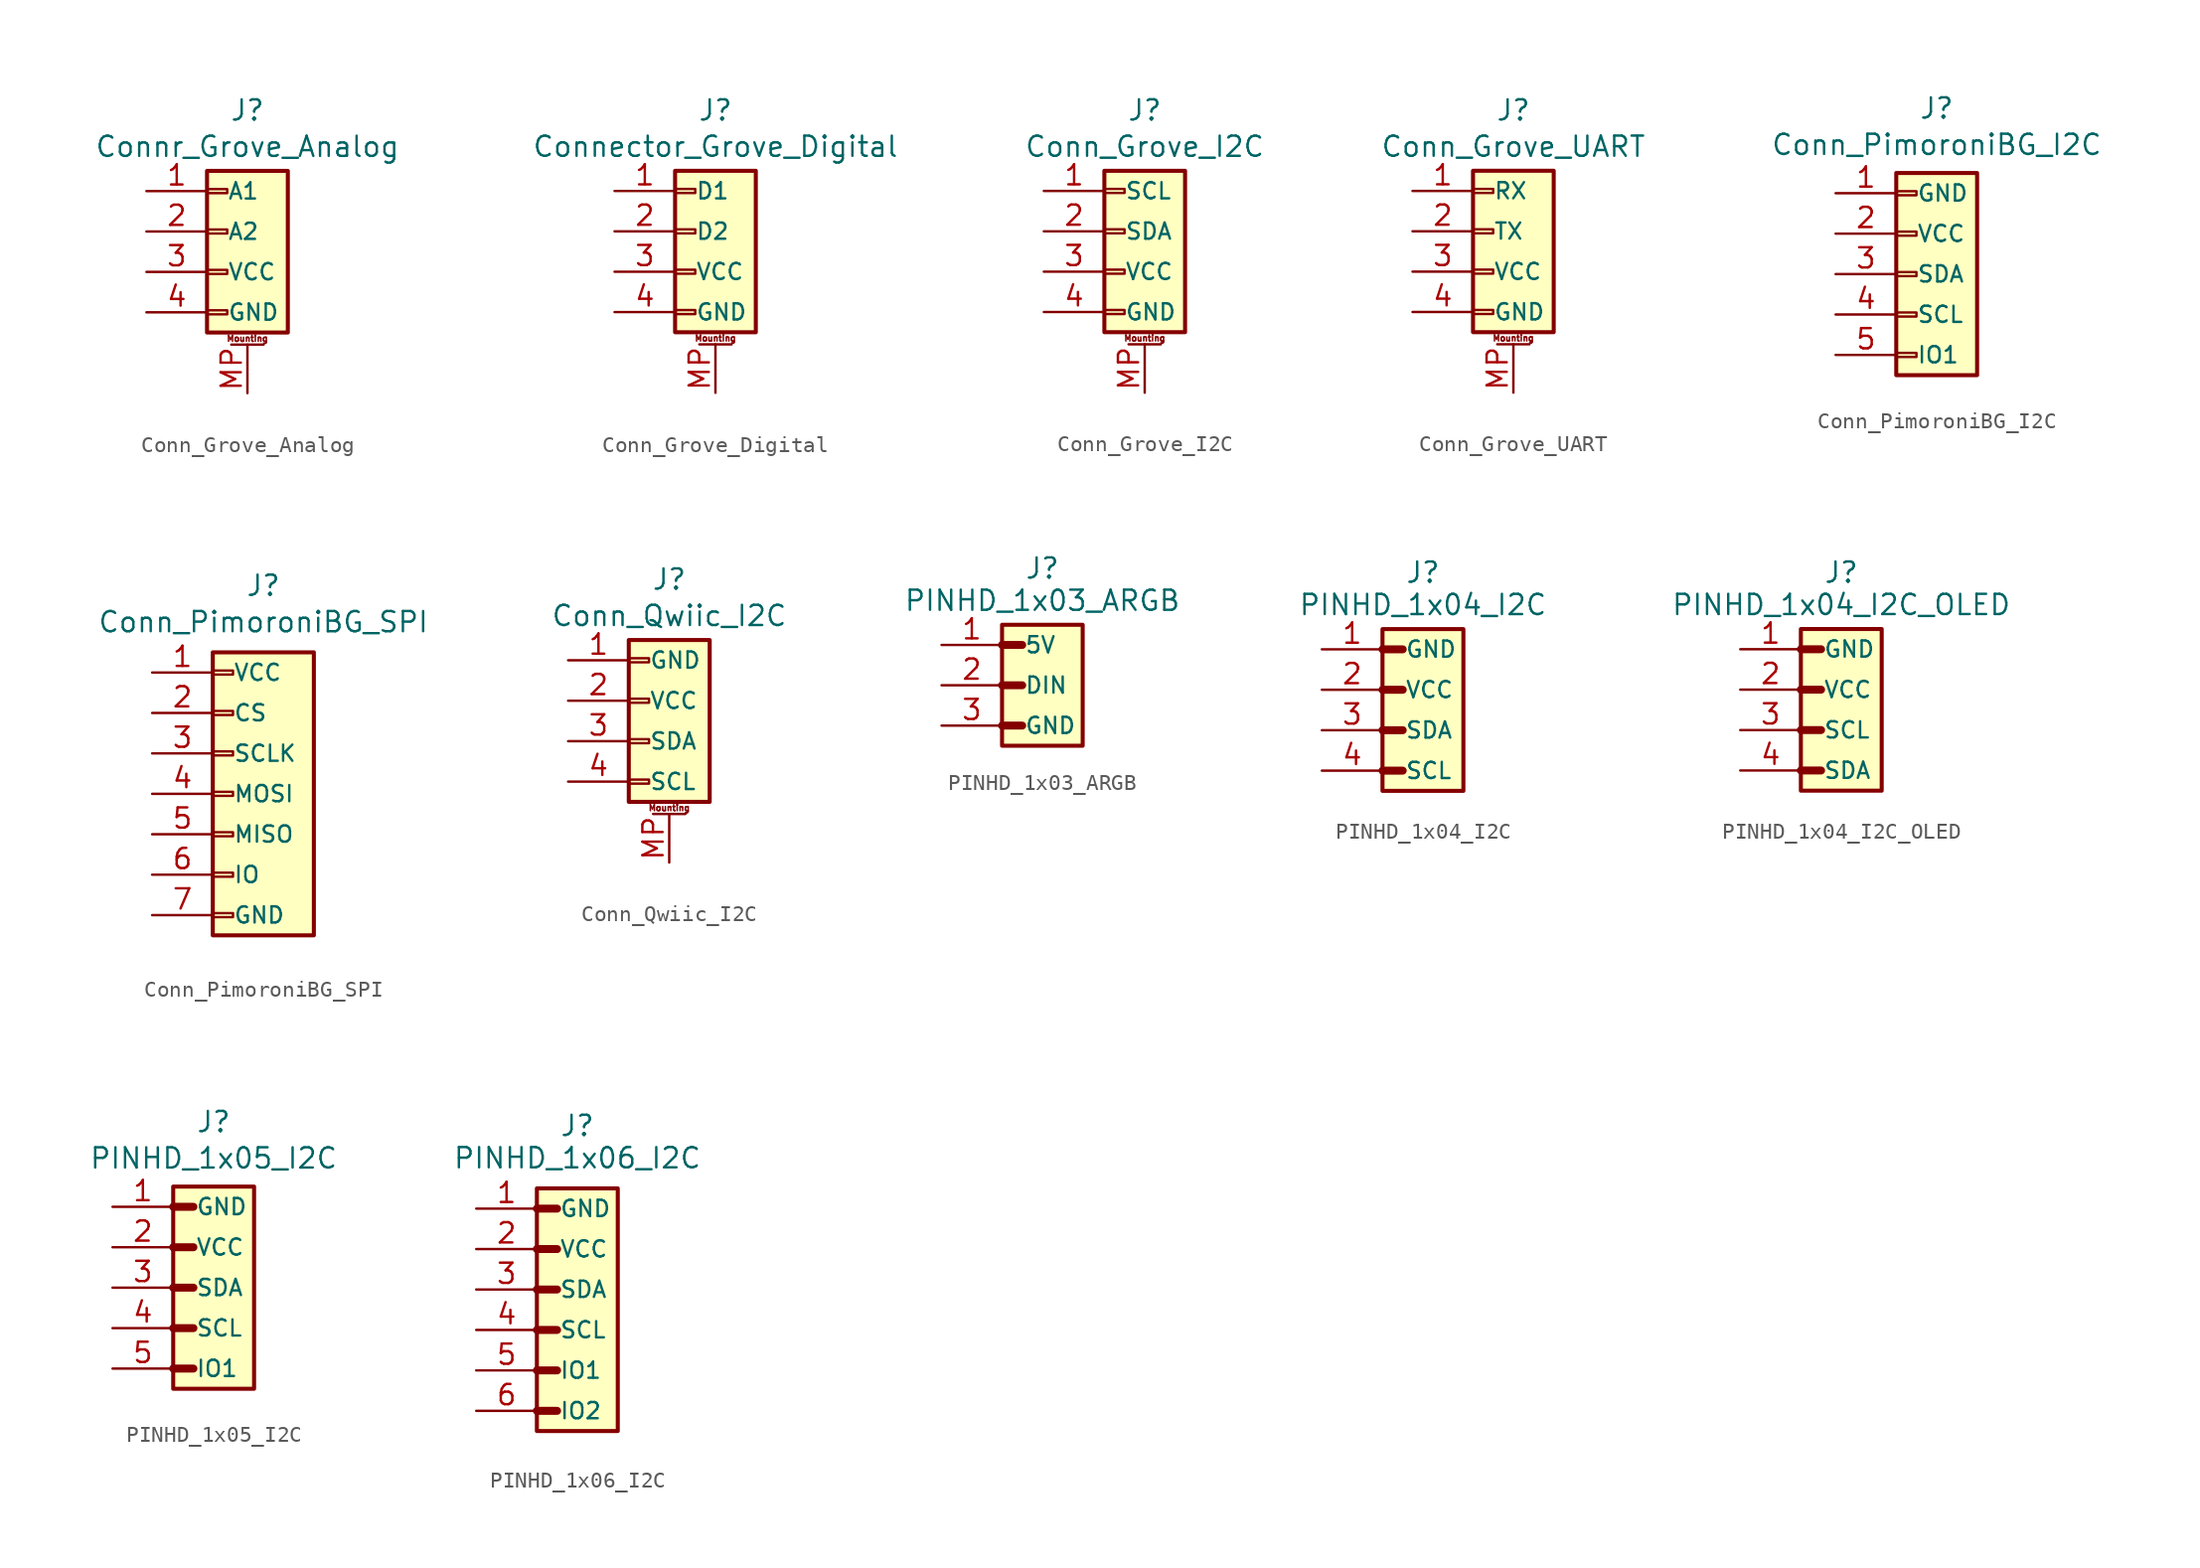
<source format=kicad_sym>
(kicad_symbol_lib
  (version 20241209)
  (generator "kicad_symbol_editor")
  (generator_version "9.0")
  (symbol "Conn_Grove_Analog"
    (pin_names
      (offset 1.27))
    (property "Reference" "J"
      (at 0 8.89 0)
      (effects (font (size 1.27 1.27))))
    (property "Value" "Connr_Grove_Analog"
      (at 0 6.604 0)
      (effects (font (size 1.27 1.27))))
    (symbol "Conn_Grove_Analog_1_1"
      (rectangle (start -2.54 5.08) (end 2.54 -5.08) (stroke (width 0.254) (type default)) (fill (type background)))
      (rectangle (start -2.54 3.937) (end -1.27 3.683) (stroke (width 0.152) (type default)) (fill (type none)))
      (rectangle (start -2.54 1.397) (end -1.27 1.143) (stroke (width 0.152) (type default)) (fill (type none)))
      (rectangle (start -2.54 -1.143) (end -1.27 -1.397) (stroke (width 0.152) (type default)) (fill (type none)))
      (rectangle (start -2.54 -3.683) (end -1.27 -3.937) (stroke (width 0.152) (type default)) (fill (type none)))
      (polyline (pts (xy -1.016 -5.842) (xy 1.016 -5.842)) (stroke (width 0.152) (type default)) (fill (type none)))
      (text "Mounting" (at 0 -5.461 0) (effects (font (size 0.381 0.381))))
      (pin passive line (at -6.35 3.81 0) (length 3.81) (name "A1" (effects (font (size 1.016 1.016)))) (number "1" (effects (font (size 1.27 1.27)))))
      (pin passive line (at -6.35 1.27 0) (length 3.81) (name "A2" (effects (font (size 1.016 1.016)))) (number "2" (effects (font (size 1.27 1.27)))))
      (pin passive line (at -6.35 -1.27 0) (length 3.81) (name "VCC" (effects (font (size 1.016 1.016)))) (number "3" (effects (font (size 1.27 1.27)))))
      (pin passive line (at -6.35 -3.81 0) (length 3.81) (name "GND" (effects (font (size 1.016 1.016)))) (number "4" (effects (font (size 1.27 1.27)))))
      (pin passive line (at 0 -8.89 90) (length 3.048) (name "MountPin" (effects (font (size 0 0)))) (number "MP" (effects (font (size 1.27 1.27)))))))
  (symbol "Conn_Grove_Digital"
    (pin_names
      (offset 1.27))
    (property "Reference" "J"
      (at 0 8.89 0)
      (effects (font (size 1.27 1.27))))
    (property "Value" "Connector_Grove_Digital"
      (at 0 6.604 0)
      (effects (font (size 1.27 1.27))))
    (symbol "Conn_Grove_Digital_1_1"
      (rectangle (start -2.54 5.08) (end 2.54 -5.08) (stroke (width 0.254) (type default)) (fill (type background)))
      (rectangle (start -2.54 3.937) (end -1.27 3.683) (stroke (width 0.152) (type default)) (fill (type none)))
      (rectangle (start -2.54 1.397) (end -1.27 1.143) (stroke (width 0.152) (type default)) (fill (type none)))
      (rectangle (start -2.54 -1.143) (end -1.27 -1.397) (stroke (width 0.152) (type default)) (fill (type none)))
      (rectangle (start -2.54 -3.683) (end -1.27 -3.937) (stroke (width 0.152) (type default)) (fill (type none)))
      (polyline (pts (xy -1.016 -5.842) (xy 1.016 -5.842)) (stroke (width 0.152) (type default)) (fill (type none)))
      (text "Mounting" (at 0 -5.461 0) (effects (font (size 0.381 0.381))))
      (pin passive line (at -6.35 3.81 0) (length 3.81) (name "D1" (effects (font (size 1.016 1.016)))) (number "1" (effects (font (size 1.27 1.27)))))
      (pin passive line (at -6.35 1.27 0) (length 3.81) (name "D2" (effects (font (size 1.016 1.016)))) (number "2" (effects (font (size 1.27 1.27)))))
      (pin passive line (at -6.35 -1.27 0) (length 3.81) (name "VCC" (effects (font (size 1.016 1.016)))) (number "3" (effects (font (size 1.27 1.27)))))
      (pin passive line (at -6.35 -3.81 0) (length 3.81) (name "GND" (effects (font (size 1.016 1.016)))) (number "4" (effects (font (size 1.27 1.27)))))
      (pin passive line (at 0 -8.89 90) (length 3.048) (name "MountPin" (effects (font (size 0 0)))) (number "MP" (effects (font (size 1.27 1.27)))))))
  (symbol "Conn_Grove_I2C"
    (pin_names
      (offset 1.27))
    (property "Reference" "J"
      (at 0 8.89 0)
      (effects (font (size 1.27 1.27))))
    (property "Value" "Conn_Grove_I2C"
      (at 0 6.604 0)
      (effects (font (size 1.27 1.27))))
    (symbol "Conn_Grove_I2C_0_0"
      (pin passive line (at -6.35 3.81 0) (length 3.81) (name "SCL" (effects (font (size 1.016 1.016)))) (number "1" (effects (font (size 1.27 1.27)))))
      (pin passive line (at -6.35 1.27 0) (length 3.81) (name "SDA" (effects (font (size 1.016 1.016)))) (number "2" (effects (font (size 1.27 1.27)))))
      (pin passive line (at -6.35 -1.27 0) (length 3.81) (name "VCC" (effects (font (size 1.016 1.016)))) (number "3" (effects (font (size 1.27 1.27)))))
      (pin passive line (at -6.35 -3.81 0) (length 3.81) (name "GND" (effects (font (size 1.016 1.016)))) (number "4" (effects (font (size 1.27 1.27))))))
    (symbol "Conn_Grove_I2C_1_1"
      (rectangle (start -2.54 5.08) (end 2.54 -5.08) (stroke (width 0.254) (type default)) (fill (type background)))
      (rectangle (start -2.54 3.937) (end -1.27 3.683) (stroke (width 0.152) (type default)) (fill (type none)))
      (rectangle (start -2.54 1.397) (end -1.27 1.143) (stroke (width 0.152) (type default)) (fill (type none)))
      (rectangle (start -2.54 -1.143) (end -1.27 -1.397) (stroke (width 0.152) (type default)) (fill (type none)))
      (rectangle (start -2.54 -3.683) (end -1.27 -3.937) (stroke (width 0.152) (type default)) (fill (type none)))
      (polyline (pts (xy -1.016 -5.842) (xy 1.016 -5.842)) (stroke (width 0.152) (type default)) (fill (type none)))
      (text "Mounting" (at 0 -5.461 0) (effects (font (size 0.381 0.381))))
      (pin passive line (at 0 -8.89 90) (length 3.048) (name "MountPin" (effects (font (size 0 0)))) (number "MP" (effects (font (size 1.27 1.27)))))))
  (symbol "Conn_Grove_UART"
    (pin_names
      (offset 1.27))
    (property "Reference" "J"
      (at 0 8.89 0)
      (effects (font (size 1.27 1.27))))
    (property "Value" "Conn_Grove_UART"
      (at 0 6.604 0)
      (effects (font (size 1.27 1.27))))
    (symbol "Conn_Grove_UART_1_1"
      (rectangle (start -2.54 5.08) (end 2.54 -5.08) (stroke (width 0.254) (type default)) (fill (type background)))
      (rectangle (start -2.54 3.937) (end -1.27 3.683) (stroke (width 0.152) (type default)) (fill (type none)))
      (rectangle (start -2.54 1.397) (end -1.27 1.143) (stroke (width 0.152) (type default)) (fill (type none)))
      (rectangle (start -2.54 -1.143) (end -1.27 -1.397) (stroke (width 0.152) (type default)) (fill (type none)))
      (rectangle (start -2.54 -3.683) (end -1.27 -3.937) (stroke (width 0.152) (type default)) (fill (type none)))
      (polyline (pts (xy -1.016 -5.842) (xy 1.016 -5.842)) (stroke (width 0.152) (type default)) (fill (type none)))
      (text "Mounting" (at 0 -5.461 0) (effects (font (size 0.381 0.381))))
      (pin passive line (at -6.35 3.81 0) (length 3.81) (name "RX" (effects (font (size 1.016 1.016)))) (number "1" (effects (font (size 1.27 1.27)))))
      (pin passive line (at -6.35 1.27 0) (length 3.81) (name "TX" (effects (font (size 1.016 1.016)))) (number "2" (effects (font (size 1.27 1.27)))))
      (pin passive line (at -6.35 -1.27 0) (length 3.81) (name "VCC" (effects (font (size 1.016 1.016)))) (number "3" (effects (font (size 1.27 1.27)))))
      (pin passive line (at -6.35 -3.81 0) (length 3.81) (name "GND" (effects (font (size 1.016 1.016)))) (number "4" (effects (font (size 1.27 1.27)))))
      (pin passive line (at 0 -8.89 90) (length 3.048) (name "MountPin" (effects (font (size 0 0)))) (number "MP" (effects (font (size 1.27 1.27)))))))
  (symbol "Conn_PimoroniBG_I2C"
    (pin_names
      (offset 1.27))
    (property "Reference" "J"
      (at 0 10.414 0)
      (effects (font (size 1.27 1.27))))
    (property "Value" "Conn_PimoroniBG_I2C"
      (at 0 8.128 0)
      (effects (font (size 1.27 1.27))))
    (symbol "Conn_PimoroniBG_I2C_1_1"
      (rectangle (start -2.54 6.35) (end 2.54 -6.35) (stroke (width 0.254) (type default)) (fill (type background)))
      (rectangle (start -2.54 5.207) (end -1.27 4.953) (stroke (width 0.152) (type default)) (fill (type none)))
      (rectangle (start -2.54 2.667) (end -1.27 2.413) (stroke (width 0.152) (type default)) (fill (type none)))
      (rectangle (start -2.54 0.127) (end -1.27 -0.127) (stroke (width 0.152) (type default)) (fill (type none)))
      (rectangle (start -2.54 -2.413) (end -1.27 -2.667) (stroke (width 0.152) (type default)) (fill (type none)))
      (rectangle (start -2.54 -4.953) (end -1.27 -5.207) (stroke (width 0.152) (type default)) (fill (type none)))
      (pin passive line (at -6.35 5.08 0) (length 3.81) (name "GND" (effects (font (size 1.016 1.016)))) (number "1" (effects (font (size 1.27 1.27)))))
      (pin passive line (at -6.35 2.54 0) (length 3.81) (name "VCC" (effects (font (size 1.016 1.016)))) (number "2" (effects (font (size 1.27 1.27)))))
      (pin passive line (at -6.35 0 0) (length 3.81) (name "SDA" (effects (font (size 1.016 1.016)))) (number "3" (effects (font (size 1.27 1.27)))))
      (pin passive line (at -6.35 -2.54 0) (length 3.81) (name "SCL" (effects (font (size 1.016 1.016)))) (number "4" (effects (font (size 1.27 1.27)))))
      (pin passive line (at -6.35 -5.08 0) (length 3.81) (name "IO1" (effects (font (size 1.016 1.016)))) (number "5" (effects (font (size 1.27 1.27)))))))
  (symbol "Conn_PimoroniBG_SPI"
    (pin_names
      (offset 1.27))
    (property "Reference" "J"
      (at 0 13.081 0)
      (effects (font (size 1.27 1.27))))
    (property "Value" "Conn_PimoroniBG_SPI"
      (at 0 10.795 0)
      (effects (font (size 1.27 1.27))))
    (symbol "Conn_PimoroniBG_SPI_1_1"
      (rectangle (start -3.175 8.89) (end 3.175 -8.89) (stroke (width 0.254) (type default)) (fill (type background)))
      (rectangle (start -3.175 7.747) (end -1.905 7.493) (stroke (width 0.152) (type default)) (fill (type none)))
      (rectangle (start -3.175 5.207) (end -1.905 4.953) (stroke (width 0.152) (type default)) (fill (type none)))
      (rectangle (start -3.175 2.667) (end -1.905 2.413) (stroke (width 0.152) (type default)) (fill (type none)))
      (rectangle (start -3.175 0.127) (end -1.905 -0.127) (stroke (width 0.152) (type default)) (fill (type none)))
      (rectangle (start -3.175 -2.413) (end -1.905 -2.667) (stroke (width 0.152) (type default)) (fill (type none)))
      (rectangle (start -3.175 -4.953) (end -1.905 -5.207) (stroke (width 0.152) (type default)) (fill (type none)))
      (rectangle (start -3.175 -7.493) (end -1.905 -7.747) (stroke (width 0.152) (type default)) (fill (type none)))
      (pin passive line (at -6.985 7.62 0) (length 3.81) (name "VCC" (effects (font (size 1.016 1.016)))) (number "1" (effects (font (size 1.27 1.27)))))
      (pin passive line (at -6.985 5.08 0) (length 3.81) (name "CS" (effects (font (size 1.016 1.016)))) (number "2" (effects (font (size 1.27 1.27)))))
      (pin passive line (at -6.985 2.54 0) (length 3.81) (name "SCLK" (effects (font (size 1.016 1.016)))) (number "3" (effects (font (size 1.27 1.27)))))
      (pin passive line (at -6.985 0 0) (length 3.81) (name "MOSI" (effects (font (size 1.016 1.016)))) (number "4" (effects (font (size 1.27 1.27)))))
      (pin passive line (at -6.985 -2.54 0) (length 3.81) (name "MISO" (effects (font (size 1.016 1.016)))) (number "5" (effects (font (size 1.27 1.27)))))
      (pin passive line (at -6.985 -5.08 0) (length 3.81) (name "IO" (effects (font (size 1.016 1.016)))) (number "6" (effects (font (size 1.27 1.27)))))
      (pin passive line (at -6.985 -7.62 0) (length 3.81) (name "GND" (effects (font (size 1.016 1.016)))) (number "7" (effects (font (size 1.27 1.27)))))))
  (symbol "Conn_Qwiic_I2C"
    (pin_names
      (offset 1.27))
    (property "Reference" "J"
      (at 0 8.89 0)
      (effects (font (size 1.27 1.27))))
    (property "Value" "Conn_Qwiic_I2C"
      (at 0 6.604 0)
      (effects (font (size 1.27 1.27))))
    (symbol "Conn_Qwiic_I2C_1_1"
      (rectangle (start -2.54 5.08) (end 2.54 -5.08) (stroke (width 0.254) (type default)) (fill (type background)))
      (rectangle (start -2.54 3.937) (end -1.27 3.683) (stroke (width 0.152) (type default)) (fill (type none)))
      (rectangle (start -2.54 1.397) (end -1.27 1.143) (stroke (width 0.152) (type default)) (fill (type none)))
      (rectangle (start -2.54 -1.143) (end -1.27 -1.397) (stroke (width 0.152) (type default)) (fill (type none)))
      (rectangle (start -2.54 -3.683) (end -1.27 -3.937) (stroke (width 0.152) (type default)) (fill (type none)))
      (polyline (pts (xy -1.016 -5.842) (xy 1.016 -5.842)) (stroke (width 0.152) (type default)) (fill (type none)))
      (text "Mounting" (at 0 -5.461 0) (effects (font (size 0.381 0.381))))
      (pin passive line (at -6.35 3.81 0) (length 3.81) (name "GND" (effects (font (size 1.016 1.016)))) (number "1" (effects (font (size 1.27 1.27)))))
      (pin passive line (at -6.35 1.27 0) (length 3.81) (name "VCC" (effects (font (size 1.016 1.016)))) (number "2" (effects (font (size 1.27 1.27)))))
      (pin passive line (at -6.35 -1.27 0) (length 3.81) (name "SDA" (effects (font (size 1.016 1.016)))) (number "3" (effects (font (size 1.27 1.27)))))
      (pin passive line (at -6.35 -3.81 0) (length 3.81) (name "SCL" (effects (font (size 1.016 1.016)))) (number "4" (effects (font (size 1.27 1.27)))))
      (pin passive line (at 0 -8.89 90) (length 3.048) (name "MountPin" (effects (font (size 0 0)))) (number "MP" (effects (font (size 1.27 1.27)))))))
  (symbol "PINHD_1x03_ARGB"
    (pin_names
      (offset 1.397))
    (property "Reference" "J"
      (at 0 7.366 0)
      (effects (font (size 1.27 1.27))))
    (property "Value" "PINHD_1x03_ARGB"
      (at 0 5.334 0)
      (effects (font (size 1.27 1.27))))
    (symbol "PINHD_1x03_ARGB_0_1"
      (polyline (pts (xy -2.54 2.54) (xy -1.27 2.54)) (stroke (width 0.5) (type default)) (fill (type none)))
      (polyline (pts (xy -2.54 0) (xy -1.27 0)) (stroke (width 0.5) (type default)) (fill (type none)))
      (polyline (pts (xy -2.54 -2.54) (xy -1.27 -2.54)) (stroke (width 0.5) (type default)) (fill (type none))))
    (symbol "PINHD_1x03_ARGB_1_1"
      (rectangle (start -2.54 3.81) (end 2.54 -3.81) (stroke (width 0.254) (type default)) (fill (type background)))
      (pin passive line (at -6.35 2.54 0) (length 3.81) (name "5V" (effects (font (size 1.016 1.016)))) (number "1" (effects (font (size 1.27 1.27)))))
      (pin passive line (at -6.35 0 0) (length 3.81) (name "DIN" (effects (font (size 1.016 1.016)))) (number "2" (effects (font (size 1.27 1.27)))))
      (pin passive line (at -6.35 -2.54 0) (length 3.81) (name "GND" (effects (font (size 1.016 1.016)))) (number "3" (effects (font (size 1.27 1.27)))))))
  (symbol "PINHD_1x04_I2C"
    (pin_names
      (offset 1.397))
    (property "Reference" "J"
      (at 0 8.636 0)
      (effects (font (size 1.27 1.27))))
    (property "Value" "PINHD_1x04_I2C"
      (at 0 6.604 0)
      (effects (font (size 1.27 1.27))))
    (symbol "PINHD_1x04_I2C_0_1"
      (polyline (pts (xy -2.54 3.81) (xy -1.27 3.81)) (stroke (width 0.5) (type default)) (fill (type none)))
      (polyline (pts (xy -2.54 1.27) (xy -1.27 1.27)) (stroke (width 0.5) (type default)) (fill (type none)))
      (polyline (pts (xy -2.54 -1.27) (xy -1.27 -1.27)) (stroke (width 0.5) (type default)) (fill (type none)))
      (polyline (pts (xy -2.54 -3.81) (xy -1.27 -3.81)) (stroke (width 0.5) (type default)) (fill (type none))))
    (symbol "PINHD_1x04_I2C_1_1"
      (rectangle (start -2.54 5.08) (end 2.54 -5.08) (stroke (width 0.254) (type default)) (fill (type background)))
      (pin passive line (at -6.35 3.81 0) (length 3.81) (name "GND" (effects (font (size 1.016 1.016)))) (number "1" (effects (font (size 1.27 1.27)))))
      (pin passive line (at -6.35 1.27 0) (length 3.81) (name "VCC" (effects (font (size 1.016 1.016)))) (number "2" (effects (font (size 1.27 1.27)))))
      (pin passive line (at -6.35 -1.27 0) (length 3.81) (name "SDA" (effects (font (size 1.016 1.016)))) (number "3" (effects (font (size 1.27 1.27)))))
      (pin passive line (at -6.35 -3.81 0) (length 3.81) (name "SCL" (effects (font (size 1.016 1.016)))) (number "4" (effects (font (size 1.27 1.27)))))))
  (symbol "PINHD_1x04_I2C_OLED"
    (pin_names
      (offset 1.397))
    (property "Reference" "J"
      (at 0 8.636 0)
      (effects (font (size 1.27 1.27))))
    (property "Value" "PINHD_1x04_I2C_OLED"
      (at 0 6.604 0)
      (effects (font (size 1.27 1.27))))
    (symbol "PINHD_1x04_I2C_OLED_0_1"
      (polyline (pts (xy -2.54 3.81) (xy -1.27 3.81)) (stroke (width 0.5) (type default)) (fill (type none)))
      (polyline (pts (xy -2.54 1.27) (xy -1.27 1.27)) (stroke (width 0.5) (type default)) (fill (type none)))
      (polyline (pts (xy -2.54 -1.27) (xy -1.27 -1.27)) (stroke (width 0.5) (type default)) (fill (type none)))
      (polyline (pts (xy -2.54 -3.81) (xy -1.27 -3.81)) (stroke (width 0.5) (type default)) (fill (type none))))
    (symbol "PINHD_1x04_I2C_OLED_1_1"
      (rectangle (start -2.54 5.08) (end 2.54 -5.08) (stroke (width 0.254) (type default)) (fill (type background)))
      (pin passive line (at -6.35 3.81 0) (length 3.81) (name "GND" (effects (font (size 1.016 1.016)))) (number "1" (effects (font (size 1.27 1.27)))))
      (pin passive line (at -6.35 1.27 0) (length 3.81) (name "VCC" (effects (font (size 1.016 1.016)))) (number "2" (effects (font (size 1.27 1.27)))))
      (pin passive line (at -6.35 -1.27 0) (length 3.81) (name "SCL" (effects (font (size 1.016 1.016)))) (number "3" (effects (font (size 1.27 1.27)))))
      (pin passive line (at -6.35 -3.81 0) (length 3.81) (name "SDA" (effects (font (size 1.016 1.016)))) (number "4" (effects (font (size 1.27 1.27)))))))
  (symbol "PINHD_1x05_I2C"
    (pin_names
      (offset 1.397))
    (property "Reference" "J"
      (at 0 10.414 0)
      (effects (font (size 1.27 1.27))))
    (property "Value" "PINHD_1x05_I2C"
      (at 0 8.128 0)
      (effects (font (size 1.27 1.27))))
    (symbol "PINHD_1x05_I2C_0_1"
      (polyline (pts (xy -2.54 5.08) (xy -1.27 5.08)) (stroke (width 0.5) (type default)) (fill (type none)))
      (polyline (pts (xy -2.54 2.54) (xy -1.27 2.54)) (stroke (width 0.5) (type default)) (fill (type none)))
      (polyline (pts (xy -2.54 0) (xy -1.27 0)) (stroke (width 0.5) (type default)) (fill (type none)))
      (polyline (pts (xy -2.54 -2.54) (xy -1.27 -2.54)) (stroke (width 0.5) (type default)) (fill (type none)))
      (polyline (pts (xy -2.54 -5.08) (xy -1.27 -5.08)) (stroke (width 0.5) (type default)) (fill (type none))))
    (symbol "PINHD_1x05_I2C_1_1"
      (rectangle (start -2.54 6.35) (end 2.54 -6.35) (stroke (width 0.254) (type default)) (fill (type background)))
      (pin passive line (at -6.35 5.08 0) (length 3.81) (name "GND" (effects (font (size 1.016 1.016)))) (number "1" (effects (font (size 1.27 1.27)))))
      (pin passive line (at -6.35 2.54 0) (length 3.81) (name "VCC" (effects (font (size 1.016 1.016)))) (number "2" (effects (font (size 1.27 1.27)))))
      (pin passive line (at -6.35 0 0) (length 3.81) (name "SDA" (effects (font (size 1.016 1.016)))) (number "3" (effects (font (size 1.27 1.27)))))
      (pin passive line (at -6.35 -2.54 0) (length 3.81) (name "SCL" (effects (font (size 1.016 1.016)))) (number "4" (effects (font (size 1.27 1.27)))))
      (pin passive line (at -6.35 -5.08 0) (length 3.81) (name "IO1" (effects (font (size 1.016 1.016)))) (number "5" (effects (font (size 1.27 1.27)))))))
  (symbol "PINHD_1x06_I2C"
    (pin_names
      (offset 1.397))
    (property "Reference" "J"
      (at 0 11.557 0)
      (effects (font (size 1.27 1.27))))
    (property "Value" "PINHD_1x06_I2C"
      (at 0 9.525 0)
      (effects (font (size 1.27 1.27))))
    (symbol "PINHD_1x06_I2C_0_1"
      (polyline (pts (xy -2.54 6.35) (xy -1.27 6.35)) (stroke (width 0.5) (type default)) (fill (type none)))
      (polyline (pts (xy -2.54 3.81) (xy -1.27 3.81)) (stroke (width 0.5) (type default)) (fill (type none)))
      (polyline (pts (xy -2.54 1.27) (xy -1.27 1.27)) (stroke (width 0.5) (type default)) (fill (type none)))
      (polyline (pts (xy -2.54 -1.27) (xy -1.27 -1.27)) (stroke (width 0.5) (type default)) (fill (type none)))
      (polyline (pts (xy -2.54 -3.81) (xy -1.27 -3.81)) (stroke (width 0.5) (type default)) (fill (type none)))
      (polyline (pts (xy -2.54 -6.35) (xy -1.27 -6.35)) (stroke (width 0.5) (type default)) (fill (type none))))
    (symbol "PINHD_1x06_I2C_1_1"
      (rectangle (start -2.54 7.62) (end 2.54 -7.62) (stroke (width 0.254) (type default)) (fill (type background)))
      (pin passive line (at -6.35 6.35 0) (length 3.81) (name "GND" (effects (font (size 1.016 1.016)))) (number "1" (effects (font (size 1.27 1.27)))))
      (pin passive line (at -6.35 3.81 0) (length 3.81) (name "VCC" (effects (font (size 1.016 1.016)))) (number "2" (effects (font (size 1.27 1.27)))))
      (pin passive line (at -6.35 1.27 0) (length 3.81) (name "SDA" (effects (font (size 1.016 1.016)))) (number "3" (effects (font (size 1.27 1.27)))))
      (pin passive line (at -6.35 -1.27 0) (length 3.81) (name "SCL" (effects (font (size 1.016 1.016)))) (number "4" (effects (font (size 1.27 1.27)))))
      (pin passive line (at -6.35 -3.81 0) (length 3.81) (name "IO1" (effects (font (size 1.016 1.016)))) (number "5" (effects (font (size 1.27 1.27)))))
      (pin passive line (at -6.35 -6.35 0) (length 3.81) (name "IO2" (effects (font (size 1.016 1.016)))) (number "6" (effects (font (size 1.27 1.27))))))))
</source>
